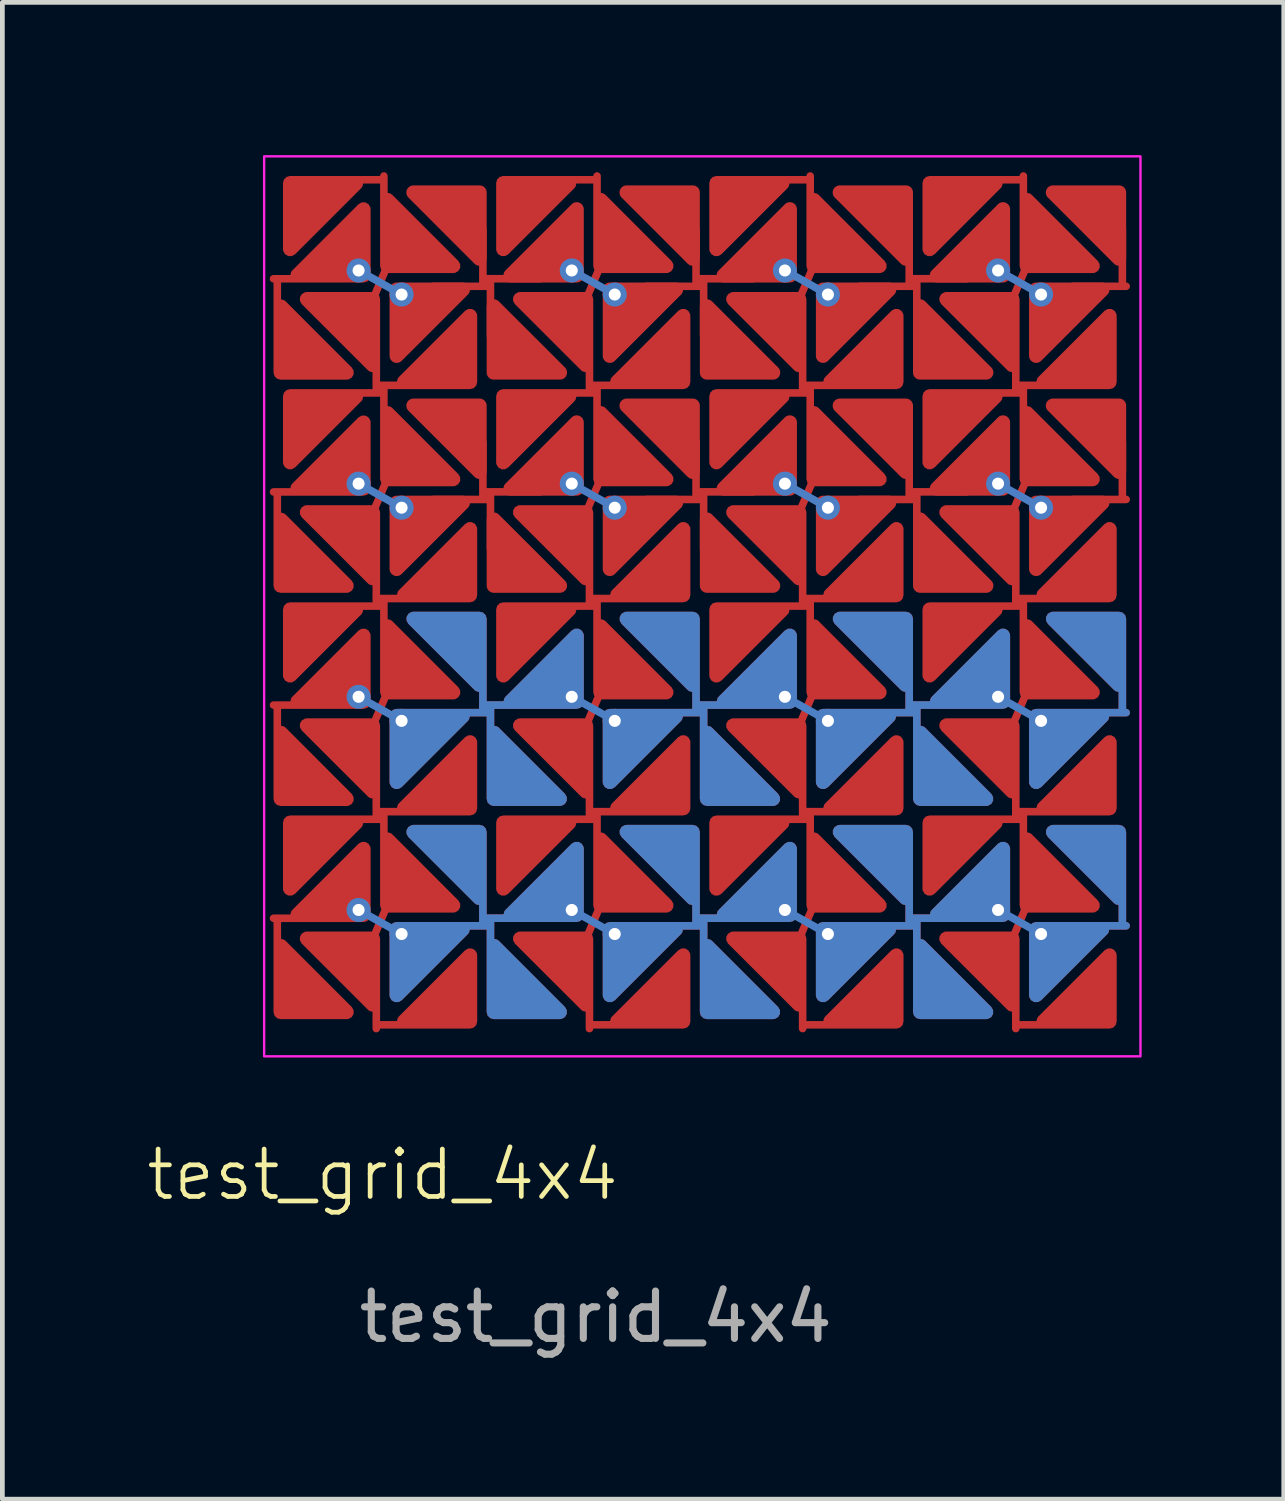
<source format=kicad_pcb>
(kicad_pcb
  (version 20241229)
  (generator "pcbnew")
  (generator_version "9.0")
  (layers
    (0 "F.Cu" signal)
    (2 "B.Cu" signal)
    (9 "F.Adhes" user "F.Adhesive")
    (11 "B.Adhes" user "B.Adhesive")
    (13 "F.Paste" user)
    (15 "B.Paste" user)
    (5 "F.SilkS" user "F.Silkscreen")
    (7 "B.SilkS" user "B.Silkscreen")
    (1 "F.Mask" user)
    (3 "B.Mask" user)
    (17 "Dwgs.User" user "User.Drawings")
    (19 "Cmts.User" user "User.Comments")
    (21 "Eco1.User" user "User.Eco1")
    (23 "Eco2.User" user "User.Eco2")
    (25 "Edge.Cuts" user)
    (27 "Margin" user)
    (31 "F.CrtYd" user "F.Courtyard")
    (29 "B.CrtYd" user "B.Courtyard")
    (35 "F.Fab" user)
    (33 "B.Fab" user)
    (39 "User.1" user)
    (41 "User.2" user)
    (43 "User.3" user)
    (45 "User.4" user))
  (footprint "test_grid_4x4"
    (layer "F.Cu")
    (at 2.526 0.25)
    (property "Reference" "test_grid_4x4" (at 2.5 21.5 0) (unlocked yes) (layer "F.SilkS") (effects (font (size 1 1) (thickness 0.1))))
    (attr exclude_from_bom)
    (fp_line (start 4.618 2.664) (end 4.618 1.539) (stroke (width 0.1) (type solid)) (layer "F.Cu"))
    (fp_line (start 4.618 2.664) (end 4.618 1.539) (stroke (width 0.16) (type solid)) (layer "F.Cu"))
    (fp_line (start 4.618 7.164) (end 4.618 6.039) (stroke (width 0.1) (type solid)) (layer "F.Cu"))
    (fp_line (start 4.618 7.164) (end 4.618 6.039) (stroke (width 0.16) (type solid)) (layer "F.Cu"))
    (fp_line (start 4.698 2.584) (end 5.823 2.584) (stroke (width 0.1) (type solid)) (layer "F.Cu"))
    (fp_line (start 4.698 2.584) (end 5.823 2.584) (stroke (width 0.16) (type solid)) (layer "F.Cu"))
    (fp_line (start 4.698 2.744) (end 3.573 2.744) (stroke (width 0.1) (type solid)) (layer "F.Cu"))
    (fp_line (start 4.698 2.744) (end 3.573 2.744) (stroke (width 0.16) (type solid)) (layer "F.Cu"))
    (fp_line (start 4.698 7.084) (end 5.823 7.084) (stroke (width 0.1) (type solid)) (layer "F.Cu"))
    (fp_line (start 4.698 7.084) (end 5.823 7.084) (stroke (width 0.16) (type solid)) (layer "F.Cu"))
    (fp_line (start 4.698 7.244) (end 3.573 7.244) (stroke (width 0.1) (type solid)) (layer "F.Cu"))
    (fp_line (start 4.698 7.244) (end 3.573 7.244) (stroke (width 0.16) (type solid)) (layer "F.Cu"))
    (fp_line (start 4.778 2.664) (end 4.778 3.789) (stroke (width 0.1) (type solid)) (layer "F.Cu"))
    (fp_line (start 4.778 2.664) (end 4.778 3.789) (stroke (width 0.16) (type solid)) (layer "F.Cu"))
    (fp_line (start 4.778 7.164) (end 4.778 8.289) (stroke (width 0.1) (type solid)) (layer "F.Cu"))
    (fp_line (start 4.778 7.164) (end 4.778 8.289) (stroke (width 0.16) (type solid)) (layer "F.Cu"))
    (fp_line (start 9.118 2.664) (end 9.118 1.539) (stroke (width 0.1) (type solid)) (layer "F.Cu"))
    (fp_line (start 9.118 2.664) (end 9.118 1.539) (stroke (width 0.16) (type solid)) (layer "F.Cu"))
    (fp_line (start 9.118 7.164) (end 9.118 6.039) (stroke (width 0.1) (type solid)) (layer "F.Cu"))
    (fp_line (start 9.118 7.164) (end 9.118 6.039) (stroke (width 0.16) (type solid)) (layer "F.Cu"))
    (fp_line (start 9.198 2.584) (end 10.323 2.584) (stroke (width 0.1) (type solid)) (layer "F.Cu"))
    (fp_line (start 9.198 2.584) (end 10.323 2.584) (stroke (width 0.16) (type solid)) (layer "F.Cu"))
    (fp_line (start 9.198 2.744) (end 8.073 2.744) (stroke (width 0.1) (type solid)) (layer "F.Cu"))
    (fp_line (start 9.198 2.744) (end 8.073 2.744) (stroke (width 0.16) (type solid)) (layer "F.Cu"))
    (fp_line (start 9.198 7.084) (end 10.323 7.084) (stroke (width 0.1) (type solid)) (layer "F.Cu"))
    (fp_line (start 9.198 7.084) (end 10.323 7.084) (stroke (width 0.16) (type solid)) (layer "F.Cu"))
    (fp_line (start 9.198 7.244) (end 8.073 7.244) (stroke (width 0.1) (type solid)) (layer "F.Cu"))
    (fp_line (start 9.198 7.244) (end 8.073 7.244) (stroke (width 0.16) (type solid)) (layer "F.Cu"))
    (fp_line (start 9.278 2.664) (end 9.278 3.789) (stroke (width 0.1) (type solid)) (layer "F.Cu"))
    (fp_line (start 9.278 2.664) (end 9.278 3.789) (stroke (width 0.16) (type solid)) (layer "F.Cu"))
    (fp_line (start 9.278 7.164) (end 9.278 8.289) (stroke (width 0.1) (type solid)) (layer "F.Cu"))
    (fp_line (start 9.278 7.164) (end 9.278 8.289) (stroke (width 0.16) (type solid)) (layer "F.Cu"))
    (fp_line (start 13.618 2.664) (end 13.618 1.539) (stroke (width 0.1) (type solid)) (layer "F.Cu"))
    (fp_line (start 13.618 2.664) (end 13.618 1.539) (stroke (width 0.16) (type solid)) (layer "F.Cu"))
    (fp_line (start 13.618 7.164) (end 13.618 6.039) (stroke (width 0.1) (type solid)) (layer "F.Cu"))
    (fp_line (start 13.618 7.164) (end 13.618 6.039) (stroke (width 0.16) (type solid)) (layer "F.Cu"))
    (fp_line (start 13.698 2.584) (end 14.823 2.584) (stroke (width 0.1) (type solid)) (layer "F.Cu"))
    (fp_line (start 13.698 2.584) (end 14.823 2.584) (stroke (width 0.16) (type solid)) (layer "F.Cu"))
    (fp_line (start 13.698 2.744) (end 12.573 2.744) (stroke (width 0.1) (type solid)) (layer "F.Cu"))
    (fp_line (start 13.698 2.744) (end 12.573 2.744) (stroke (width 0.16) (type solid)) (layer "F.Cu"))
    (fp_line (start 13.698 7.084) (end 14.823 7.084) (stroke (width 0.1) (type solid)) (layer "F.Cu"))
    (fp_line (start 13.698 7.084) (end 14.823 7.084) (stroke (width 0.16) (type solid)) (layer "F.Cu"))
    (fp_line (start 13.698 7.244) (end 12.573 7.244) (stroke (width 0.1) (type solid)) (layer "F.Cu"))
    (fp_line (start 13.698 7.244) (end 12.573 7.244) (stroke (width 0.16) (type solid)) (layer "F.Cu"))
    (fp_line (start 13.778 2.664) (end 13.778 3.789) (stroke (width 0.1) (type solid)) (layer "F.Cu"))
    (fp_line (start 13.778 2.664) (end 13.778 3.789) (stroke (width 0.16) (type solid)) (layer "F.Cu"))
    (fp_line (start 13.778 7.164) (end 13.778 8.289) (stroke (width 0.1) (type solid)) (layer "F.Cu"))
    (fp_line (start 13.778 7.164) (end 13.778 8.289) (stroke (width 0.16) (type solid)) (layer "F.Cu"))
    (fp_line (start 18.118 2.664) (end 18.118 1.539) (stroke (width 0.1) (type solid)) (layer "F.Cu"))
    (fp_line (start 18.118 2.664) (end 18.118 1.539) (stroke (width 0.16) (type solid)) (layer "F.Cu"))
    (fp_line (start 18.118 7.164) (end 18.118 6.039) (stroke (width 0.1) (type solid)) (layer "F.Cu"))
    (fp_line (start 18.118 7.164) (end 18.118 6.039) (stroke (width 0.16) (type solid)) (layer "F.Cu"))
    (fp_line (start 18.198 2.744) (end 17.073 2.744) (stroke (width 0.1) (type solid)) (layer "F.Cu"))
    (fp_line (start 18.198 2.744) (end 17.073 2.744) (stroke (width 0.16) (type solid)) (layer "F.Cu"))
    (fp_line (start 18.198 7.244) (end 17.073 7.244) (stroke (width 0.1) (type solid)) (layer "F.Cu"))
    (fp_line (start 18.198 7.244) (end 17.073 7.244) (stroke (width 0.16) (type solid)) (layer "F.Cu"))
    (fp_poly (pts (xy 4.195 2.814) (xy 2.798 4.211) (xy 2.798 2.814)) (stroke (width 0.3) (type solid)) (fill yes) (layer "F.Cu"))
    (fp_poly (pts (xy 4.195 7.314) (xy 2.798 8.711) (xy 2.798 7.314)) (stroke (width 0.3) (type solid)) (fill yes) (layer "F.Cu"))
    (fp_poly (pts (xy 4.548 2.161) (xy 3.152 0.764) (xy 4.548 0.764)) (stroke (width 0.3) (type solid)) (fill yes) (layer "F.Cu"))
    (fp_poly (pts (xy 4.548 6.661) (xy 3.152 5.264) (xy 4.548 5.264)) (stroke (width 0.3) (type solid)) (fill yes) (layer "F.Cu"))
    (fp_poly (pts (xy 6.245 4.564) (xy 4.848 4.564) (xy 4.848 3.168)) (stroke (width 0.3) (type solid)) (fill yes) (layer "F.Cu"))
    (fp_poly (pts (xy 6.245 9.064) (xy 4.848 9.064) (xy 4.848 7.668)) (stroke (width 0.3) (type solid)) (fill yes) (layer "F.Cu"))
    (fp_poly (pts (xy 6.598 2.514) (xy 5.202 2.514) (xy 6.598 1.118)) (stroke (width 0.3) (type solid)) (fill yes) (layer "F.Cu"))
    (fp_poly (pts (xy 6.598 7.014) (xy 5.202 7.014) (xy 6.598 5.618)) (stroke (width 0.3) (type solid)) (fill yes) (layer "F.Cu"))
    (fp_poly (pts (xy 7.298 4.211) (xy 7.298 2.814) (xy 8.695 2.814)) (stroke (width 0.3) (type solid)) (fill yes) (layer "F.Cu"))
    (fp_poly (pts (xy 7.298 8.711) (xy 7.298 7.314) (xy 8.695 7.314)) (stroke (width 0.3) (type solid)) (fill yes) (layer "F.Cu"))
    (fp_poly (pts (xy 9.048 2.161) (xy 7.652 0.764) (xy 9.048 0.764)) (stroke (width 0.3) (type solid)) (fill yes) (layer "F.Cu"))
    (fp_poly (pts (xy 9.048 6.661) (xy 7.652 5.264) (xy 9.048 5.264)) (stroke (width 0.3) (type solid)) (fill yes) (layer "F.Cu"))
    (fp_poly (pts (xy 10.745 4.564) (xy 9.348 4.564) (xy 9.348 3.168)) (stroke (width 0.3) (type solid)) (fill yes) (layer "F.Cu"))
    (fp_poly (pts (xy 10.745 9.064) (xy 9.348 9.064) (xy 9.348 7.668)) (stroke (width 0.3) (type solid)) (fill yes) (layer "F.Cu"))
    (fp_poly (pts (xy 11.098 2.514) (xy 9.702 2.514) (xy 11.098 1.118)) (stroke (width 0.3) (type solid)) (fill yes) (layer "F.Cu"))
    (fp_poly (pts (xy 11.098 7.014) (xy 9.702 7.014) (xy 11.098 5.618)) (stroke (width 0.3) (type solid)) (fill yes) (layer "F.Cu"))
    (fp_poly (pts (xy 11.798 4.211) (xy 11.798 2.814) (xy 13.195 2.814)) (stroke (width 0.3) (type solid)) (fill yes) (layer "F.Cu"))
    (fp_poly (pts (xy 11.798 8.711) (xy 11.798 7.314) (xy 13.195 7.314)) (stroke (width 0.3) (type solid)) (fill yes) (layer "F.Cu"))
    (fp_poly (pts (xy 13.548 2.161) (xy 12.152 0.764) (xy 13.548 0.764)) (stroke (width 0.3) (type solid)) (fill yes) (layer "F.Cu"))
    (fp_poly (pts (xy 13.548 6.661) (xy 12.152 5.264) (xy 13.548 5.264)) (stroke (width 0.3) (type solid)) (fill yes) (layer "F.Cu"))
    (fp_poly (pts (xy 15.245 4.564) (xy 13.848 4.564) (xy 13.848 3.168)) (stroke (width 0.3) (type solid)) (fill yes) (layer "F.Cu"))
    (fp_poly (pts (xy 15.245 9.064) (xy 13.848 9.064) (xy 13.848 7.668)) (stroke (width 0.3) (type solid)) (fill yes) (layer "F.Cu"))
    (fp_poly (pts (xy 15.598 2.514) (xy 14.202 2.514) (xy 15.598 1.118)) (stroke (width 0.3) (type solid)) (fill yes) (layer "F.Cu"))
    (fp_poly (pts (xy 15.598 7.014) (xy 14.202 7.014) (xy 15.598 5.618)) (stroke (width 0.3) (type solid)) (fill yes) (layer "F.Cu"))
    (fp_poly (pts (xy 16.298 4.211) (xy 16.298 2.814) (xy 17.695 2.814)) (stroke (width 0.3) (type solid)) (fill yes) (layer "F.Cu"))
    (fp_poly (pts (xy 16.298 8.711) (xy 16.298 7.314) (xy 17.695 7.314)) (stroke (width 0.3) (type solid)) (fill yes) (layer "F.Cu"))
    (fp_poly (pts (xy 18.048 2.161) (xy 16.652 0.764) (xy 18.048 0.764)) (stroke (width 0.3) (type solid)) (fill yes) (layer "F.Cu"))
    (fp_poly (pts (xy 18.048 6.661) (xy 16.652 5.264) (xy 18.048 5.264)) (stroke (width 0.3) (type solid)) (fill yes) (layer "F.Cu"))
    (fp_line (start 1.994 2.41) (end 2.902 2.918) (stroke (width 0.1) (type solid)) (layer "B.Cu"))
    (fp_line (start 1.994 2.41) (end 2.902 2.918) (stroke (width 0.16) (type solid)) (layer "B.Cu"))
    (fp_line (start 1.994 6.91) (end 2.902 7.418) (stroke (width 0.1) (type solid)) (layer "B.Cu"))
    (fp_line (start 1.994 6.91) (end 2.902 7.418) (stroke (width 0.16) (type solid)) (layer "B.Cu"))
    (fp_line (start 1.994 11.41) (end 2.902 11.918) (stroke (width 0.1) (type solid)) (layer "B.Cu"))
    (fp_line (start 1.994 11.41) (end 2.902 11.918) (stroke (width 0.16) (type solid)) (layer "B.Cu"))
    (fp_line (start 1.994 15.91) (end 2.902 16.418) (stroke (width 0.1) (type solid)) (layer "B.Cu"))
    (fp_line (start 1.994 15.91) (end 2.902 16.418) (stroke (width 0.16) (type solid)) (layer "B.Cu"))
    (fp_line (start 6.494 2.41) (end 7.402 2.918) (stroke (width 0.1) (type solid)) (layer "B.Cu"))
    (fp_line (start 6.494 2.41) (end 7.402 2.918) (stroke (width 0.16) (type solid)) (layer "B.Cu"))
    (fp_line (start 6.494 6.91) (end 7.402 7.418) (stroke (width 0.1) (type solid)) (layer "B.Cu"))
    (fp_line (start 6.494 6.91) (end 7.402 7.418) (stroke (width 0.16) (type solid)) (layer "B.Cu"))
    (fp_line (start 6.494 11.41) (end 7.402 11.918) (stroke (width 0.1) (type solid)) (layer "B.Cu"))
    (fp_line (start 6.494 11.41) (end 7.402 11.918) (stroke (width 0.16) (type solid)) (layer "B.Cu"))
    (fp_line (start 6.494 15.91) (end 7.402 16.418) (stroke (width 0.1) (type solid)) (layer "B.Cu"))
    (fp_line (start 6.494 15.91) (end 7.402 16.418) (stroke (width 0.16) (type solid)) (layer "B.Cu"))
    (fp_line (start 10.994 2.41) (end 11.902 2.918) (stroke (width 0.1) (type solid)) (layer "B.Cu"))
    (fp_line (start 10.994 2.41) (end 11.902 2.918) (stroke (width 0.16) (type solid)) (layer "B.Cu"))
    (fp_line (start 10.994 6.91) (end 11.902 7.418) (stroke (width 0.1) (type solid)) (layer "B.Cu"))
    (fp_line (start 10.994 6.91) (end 11.902 7.418) (stroke (width 0.16) (type solid)) (layer "B.Cu"))
    (fp_line (start 10.994 11.41) (end 11.902 11.918) (stroke (width 0.1) (type solid)) (layer "B.Cu"))
    (fp_line (start 10.994 11.41) (end 11.902 11.918) (stroke (width 0.16) (type solid)) (layer "B.Cu"))
    (fp_line (start 10.994 15.91) (end 11.902 16.418) (stroke (width 0.1) (type solid)) (layer "B.Cu"))
    (fp_line (start 10.994 15.91) (end 11.902 16.418) (stroke (width 0.16) (type solid)) (layer "B.Cu"))
    (fp_line (start 15.494 2.41) (end 16.402 2.918) (stroke (width 0.1) (type solid)) (layer "B.Cu"))
    (fp_line (start 15.494 2.41) (end 16.402 2.918) (stroke (width 0.16) (type solid)) (layer "B.Cu"))
    (fp_line (start 15.494 6.91) (end 16.402 7.418) (stroke (width 0.1) (type solid)) (layer "B.Cu"))
    (fp_line (start 15.494 6.91) (end 16.402 7.418) (stroke (width 0.16) (type solid)) (layer "B.Cu"))
    (fp_line (start 15.494 15.91) (end 16.402 16.418) (stroke (width 0.1) (type solid)) (layer "B.Cu"))
    (fp_line (start 15.494 15.91) (end 16.402 16.418) (stroke (width 0.16) (type solid)) (layer "B.Cu"))
    (fp_curve (pts (xy 15.494 11.41) (xy 15.797 11.58) (xy 16.099 11.749) (xy 16.402 11.918)) (stroke (width 0.1) (type solid)) (layer "B.Cu"))
    (fp_curve (pts (xy 15.494 11.41) (xy 15.797 11.58) (xy 16.099 11.749) (xy 16.402 11.918)) (stroke (width 0.16) (type solid)) (layer "B.Cu"))
    (fp_rect (start 0 0) (end 18.5 19) (stroke (width 0.05) (type default)) (fill no) (layer "F.CrtYd"))
    (fp_text user "${REFERENCE}" (at 7 24.5 0) (unlocked yes) (layer "F.Fab") (effects (font (size 1 1) (thickness 0.15))))
    (pad "1" smd custom (at 0.953 0.815) (size 0.508 0.508) (layers "F.Cu" "F.Mask" "F.Paste") (options (anchor circle)) (primitives (gr_poly (pts (xy -0.405 1.146) (xy -0.405 -0.25) (xy 0.991 -0.25)) (width 0.3) (fill yes)) (gr_line (start 1.495 -0.32) (end 0.37 -0.32) (width 0.1)) (gr_line (start 1.495 -0.32) (end 0.37 -0.32) (width 0.16)) (gr_line (start 1.575 -0.4) (end 1.575 0.725) (width 0.1)) (gr_line (start 1.575 -0.4) (end 1.575 0.725) (width 0.16)) (gr_poly (pts (xy 3.041 1.5) (xy 1.645 1.5) (xy 1.645 0.103)) (width 0.3) (fill yes)) (gr_line (start 1.645 1.5) (end 1.345 2.2) (width 0.1)) (gr_line (start 1.645 1.5) (end 1.345 2.2) (width 0.16)) (gr_poly (pts (xy 1.345 3.596) (xy -0.052 2.2) (xy 1.345 2.2)) (width 0.3) (fill yes)) (gr_line (start 1.415 4.1) (end 1.415 2.975) (width 0.1)) (gr_line (start 1.415 4.1) (end 1.415 2.975) (width 0.16)) (gr_line (start 1.495 4.02) (end 2.62 4.02) (width 0.1)) (gr_line (start 1.495 4.02) (end 2.62 4.02) (width 0.16)) (gr_line (start 1.495 4.18) (end 0.37 4.18) (width 0.1)) (gr_line (start 1.495 4.18) (end 0.37 4.18) (width 0.16)) (gr_line (start 1.575 4.1) (end 1.575 5.225) (width 0.1)) (gr_line (start 1.575 4.1) (end 1.575 5.225) (width 0.16)) (gr_poly (pts (xy 0.991 4.25) (xy -0.405 5.646) (xy -0.405 4.25)) (width 0.3) (fill yes)) (gr_poly (pts (xy 3.041 6) (xy 1.645 6) (xy 1.645 4.603)) (width 0.3) (fill yes)) (gr_line (start 1.645 6) (end 1.345 6.7) (width 0.1)) (gr_line (start 1.645 6) (end 1.345 6.7) (width 0.16)) (gr_poly (pts (xy 1.345 6.7) (xy 1.345 8.096) (xy -0.052 6.7)) (width 0.3) (fill yes)) (gr_line (start 1.415 8.6) (end 1.415 7.475) (width 0.1)) (gr_line (start 1.415 8.6) (end 1.415 7.475) (width 0.16)) (gr_line (start 1.495 8.52) (end 2.62 8.52) (width 0.1)) (gr_line (start 1.495 8.52) (end 2.62 8.52) (width 0.16)) (gr_line (start 1.495 8.68) (end 0.37 8.68) (width 0.1)) (gr_line (start 1.495 8.68) (end 0.37 8.68) (width 0.16)) (gr_line (start 1.575 8.6) (end 1.575 9.725) (width 0.1)) (gr_line (start 1.575 8.6) (end 1.575 9.725) (width 0.16)) (gr_poly (pts (xy -0.405 10.146) (xy -0.405 8.75) (xy 0.991 8.75)) (width 0.3) (fill yes)) (gr_poly (pts (xy 3.041 10.5) (xy 1.645 10.5) (xy 1.645 9.103)) (width 0.3) (fill yes)) (gr_line (start 1.645 10.5) (end 1.345 11.2) (width 0.1)) (gr_line (start 1.645 10.5) (end 1.345 11.2) (width 0.16)) (gr_poly (pts (xy 1.345 11.2) (xy 1.345 12.596) (xy -0.052 11.2)) (width 0.3) (fill yes)) (gr_line (start 1.415 13.1) (end 1.415 11.975) (width 0.1)) (gr_line (start 1.415 13.1) (end 1.415 11.975) (width 0.16)) (gr_line (start 1.495 13.02) (end 2.62 13.02) (width 0.1)) (gr_line (start 1.495 13.02) (end 2.62 13.02) (width 0.16)) (gr_line (start 1.495 13.18) (end 0.37 13.18) (width 0.1)) (gr_line (start 1.495 13.18) (end 0.37 13.18) (width 0.16)) (gr_line (start 1.575 13.1) (end 1.575 14.225) (width 0.1)) (gr_line (start 1.575 13.1) (end 1.575 14.225) (width 0.16)) (gr_poly (pts (xy -0.405 14.646) (xy -0.405 13.25) (xy 0.991 13.25)) (width 0.3) (fill yes)) (gr_poly (pts (xy 3.041 15) (xy 1.645 15) (xy 1.645 13.603)) (width 0.3) (fill yes)) (gr_line (start 1.645 15) (end 1.345 15.7) (width 0.1)) (gr_line (start 1.645 15) (end 1.345 15.7) (width 0.16)) (gr_poly (pts (xy 1.345 17.096) (xy -0.052 15.7) (xy 1.345 15.7)) (width 0.3) (fill yes)) (gr_line (start 1.415 17.6) (end 1.415 16.475) (width 0.1)) (gr_line (start 1.415 17.6) (end 1.415 16.475) (width 0.16)) (gr_line (start 1.495 17.52) (end 2.62 17.52) (width 0.1)) (gr_line (start 1.495 17.52) (end 2.62 17.52) (width 0.16)) (gr_poly (pts (xy 3.395 8.45) (xy 1.998 8.45) (xy 3.395 7.053)) (width 0.3) (fill yes)) (gr_poly (pts (xy 3.395 12.95) (xy 1.998 12.95) (xy 3.395 11.553)) (width 0.3) (fill yes)) (gr_poly (pts (xy 3.395 17.45) (xy 1.998 17.45) (xy 3.395 16.053)) (width 0.3) (fill yes)) (gr_poly (pts (xy 3.395 3.95) (xy 1.998 3.95) (xy 3.395 2.553)) (width 0.3) (fill yes))))
    (pad "2" smd custom (at 5.453 0.815) (size 0.508 0.508) (layers "F.Cu" "F.Mask" "F.Paste") (options (anchor circle)) (primitives (gr_poly (pts (xy -0.405 1.146) (xy -0.405 -0.25) (xy 0.991 -0.25)) (width 0.3) (fill yes)) (gr_line (start 1.495 -0.32) (end 0.37 -0.32) (width 0.1)) (gr_line (start 1.495 -0.32) (end 0.37 -0.32) (width 0.16)) (gr_line (start 1.575 -0.4) (end 1.575 0.725) (width 0.1)) (gr_line (start 1.575 -0.4) (end 1.575 0.725) (width 0.16)) (gr_poly (pts (xy 3.041 1.5) (xy 1.645 1.5) (xy 1.645 0.103)) (width 0.3) (fill yes)) (gr_line (start 1.645 1.5) (end 1.345 2.2) (width 0.1)) (gr_line (start 1.645 1.5) (end 1.345 2.2) (width 0.16)) (gr_poly (pts (xy 1.345 3.596) (xy -0.052 2.2) (xy 1.345 2.2)) (width 0.3) (fill yes)) (gr_line (start 1.415 4.1) (end 1.415 2.975) (width 0.1)) (gr_line (start 1.415 4.1) (end 1.415 2.975) (width 0.16)) (gr_line (start 1.495 4.02) (end 2.62 4.02) (width 0.1)) (gr_line (start 1.495 4.02) (end 2.62 4.02) (width 0.16)) (gr_line (start 1.495 4.18) (end 0.37 4.18) (width 0.1)) (gr_line (start 1.495 4.18) (end 0.37 4.18) (width 0.16)) (gr_line (start 1.575 4.1) (end 1.575 5.225) (width 0.1)) (gr_line (start 1.575 4.1) (end 1.575 5.225) (width 0.16)) (gr_poly (pts (xy 0.991 4.25) (xy -0.405 5.646) (xy -0.405 4.25)) (width 0.3) (fill yes)) (gr_poly (pts (xy 3.041 6) (xy 1.645 6) (xy 1.645 4.603)) (width 0.3) (fill yes)) (gr_line (start 1.645 6) (end 1.345 6.7) (width 0.1)) (gr_line (start 1.645 6) (end 1.345 6.7) (width 0.16)) (gr_poly (pts (xy 1.345 6.7) (xy 1.345 8.096) (xy -0.052 6.7)) (width 0.3) (fill yes)) (gr_line (start 1.415 8.6) (end 1.415 7.475) (width 0.1)) (gr_line (start 1.415 8.6) (end 1.415 7.475) (width 0.16)) (gr_line (start 1.495 8.52) (end 2.62 8.52) (width 0.1)) (gr_line (start 1.495 8.52) (end 2.62 8.52) (width 0.16)) (gr_line (start 1.495 8.68) (end 0.37 8.68) (width 0.1)) (gr_line (start 1.495 8.68) (end 0.37 8.68) (width 0.16)) (gr_line (start 1.575 8.6) (end 1.575 9.725) (width 0.1)) (gr_line (start 1.575 8.6) (end 1.575 9.725) (width 0.16)) (gr_poly (pts (xy -0.405 10.146) (xy -0.405 8.75) (xy 0.991 8.75)) (width 0.3) (fill yes)) (gr_poly (pts (xy 3.041 10.5) (xy 1.645 10.5) (xy 1.645 9.103)) (width 0.3) (fill yes)) (gr_line (start 1.645 10.5) (end 1.345 11.2) (width 0.1)) (gr_line (start 1.645 10.5) (end 1.345 11.2) (width 0.16)) (gr_poly (pts (xy 1.345 11.2) (xy 1.345 12.596) (xy -0.052 11.2)) (width 0.3) (fill yes)) (gr_line (start 1.415 13.1) (end 1.415 11.975) (width 0.1)) (gr_line (start 1.415 13.1) (end 1.415 11.975) (width 0.16)) (gr_line (start 1.495 13.02) (end 2.62 13.02) (width 0.1)) (gr_line (start 1.495 13.02) (end 2.62 13.02) (width 0.16)) (gr_line (start 1.495 13.18) (end 0.37 13.18) (width 0.1)) (gr_line (start 1.495 13.18) (end 0.37 13.18) (width 0.16)) (gr_line (start 1.575 13.1) (end 1.575 14.225) (width 0.1)) (gr_line (start 1.575 13.1) (end 1.575 14.225) (width 0.16)) (gr_poly (pts (xy -0.405 14.646) (xy -0.405 13.25) (xy 0.991 13.25)) (width 0.3) (fill yes)) (gr_poly (pts (xy 3.041 15) (xy 1.645 15) (xy 1.645 13.603)) (width 0.3) (fill yes)) (gr_line (start 1.645 15) (end 1.345 15.7) (width 0.1)) (gr_line (start 1.645 15) (end 1.345 15.7) (width 0.16)) (gr_poly (pts (xy 1.345 17.096) (xy -0.052 15.7) (xy 1.345 15.7)) (width 0.3) (fill yes)) (gr_line (start 1.415 17.6) (end 1.415 16.475) (width 0.1)) (gr_line (start 1.415 17.6) (end 1.415 16.475) (width 0.16)) (gr_line (start 1.495 17.52) (end 2.62 17.52) (width 0.1)) (gr_line (start 1.495 17.52) (end 2.62 17.52) (width 0.16)) (gr_poly (pts (xy 3.395 3.95) (xy 1.998 3.95) (xy 3.395 2.553)) (width 0.3) (fill yes)) (gr_poly (pts (xy 3.395 8.45) (xy 1.998 8.45) (xy 3.395 7.053)) (width 0.3) (fill yes)) (gr_poly (pts (xy 3.395 12.95) (xy 1.998 12.95) (xy 3.395 11.553)) (width 0.3) (fill yes)) (gr_poly (pts (xy 3.395 17.45) (xy 1.998 17.45) (xy 3.395 16.053)) (width 0.3) (fill yes))))
    (pad "3" smd custom (at 9.953 0.815) (size 0.508 0.508) (layers "F.Cu" "F.Mask" "F.Paste") (options (anchor circle)) (primitives (gr_poly (pts (xy -0.405 1.146) (xy -0.405 -0.25) (xy 0.991 -0.25)) (width 0.3) (fill yes)) (gr_line (start 1.495 -0.32) (end 0.37 -0.32) (width 0.1)) (gr_line (start 1.495 -0.32) (end 0.37 -0.32) (width 0.16)) (gr_line (start 1.575 -0.4) (end 1.575 0.725) (width 0.1)) (gr_line (start 1.575 -0.4) (end 1.575 0.725) (width 0.16)) (gr_poly (pts (xy 3.041 1.5) (xy 1.645 1.5) (xy 1.645 0.103)) (width 0.3) (fill yes)) (gr_line (start 1.645 1.5) (end 1.345 2.2) (width 0.1)) (gr_line (start 1.645 1.5) (end 1.345 2.2) (width 0.16)) (gr_poly (pts (xy 1.345 3.596) (xy -0.052 2.2) (xy 1.345 2.2)) (width 0.3) (fill yes)) (gr_line (start 1.415 4.1) (end 1.415 2.975) (width 0.1)) (gr_line (start 1.415 4.1) (end 1.415 2.975) (width 0.16)) (gr_line (start 1.495 4.02) (end 2.62 4.02) (width 0.1)) (gr_line (start 1.495 4.02) (end 2.62 4.02) (width 0.16)) (gr_line (start 1.495 4.18) (end 0.37 4.18) (width 0.1)) (gr_line (start 1.495 4.18) (end 0.37 4.18) (width 0.16)) (gr_line (start 1.575 4.1) (end 1.575 5.225) (width 0.1)) (gr_line (start 1.575 4.1) (end 1.575 5.225) (width 0.16)) (gr_poly (pts (xy 0.991 4.25) (xy -0.405 5.646) (xy -0.405 4.25)) (width 0.3) (fill yes)) (gr_poly (pts (xy 3.041 6) (xy 1.645 6) (xy 1.645 4.603)) (width 0.3) (fill yes)) (gr_line (start 1.645 6) (end 1.345 6.7) (width 0.1)) (gr_line (start 1.645 6) (end 1.345 6.7) (width 0.16)) (gr_poly (pts (xy 1.345 6.7) (xy 1.345 8.096) (xy -0.052 6.7)) (width 0.3) (fill yes)) (gr_line (start 1.415 8.6) (end 1.415 7.475) (width 0.1)) (gr_line (start 1.415 8.6) (end 1.415 7.475) (width 0.16)) (gr_line (start 1.495 8.52) (end 2.62 8.52) (width 0.1)) (gr_line (start 1.495 8.52) (end 2.62 8.52) (width 0.16)) (gr_line (start 1.495 8.68) (end 0.37 8.68) (width 0.1)) (gr_line (start 1.495 8.68) (end 0.37 8.68) (width 0.16)) (gr_line (start 1.575 8.6) (end 1.575 9.725) (width 0.1)) (gr_line (start 1.575 8.6) (end 1.575 9.725) (width 0.16)) (gr_poly (pts (xy -0.405 10.146) (xy -0.405 8.75) (xy 0.991 8.75)) (width 0.3) (fill yes)) (gr_poly (pts (xy 3.041 10.5) (xy 1.645 10.5) (xy 1.645 9.103)) (width 0.3) (fill yes)) (gr_line (start 1.645 10.5) (end 1.345 11.2) (width 0.1)) (gr_line (start 1.645 10.5) (end 1.345 11.2) (width 0.16)) (gr_poly (pts (xy 1.345 11.2) (xy 1.345 12.596) (xy -0.052 11.2)) (width 0.3) (fill yes)) (gr_line (start 1.415 13.1) (end 1.415 11.975) (width 0.1)) (gr_line (start 1.415 13.1) (end 1.415 11.975) (width 0.16)) (gr_line (start 1.495 13.02) (end 2.62 13.02) (width 0.1)) (gr_line (start 1.495 13.02) (end 2.62 13.02) (width 0.16)) (gr_line (start 1.495 13.18) (end 0.37 13.18) (width 0.1)) (gr_line (start 1.495 13.18) (end 0.37 13.18) (width 0.16)) (gr_line (start 1.575 13.1) (end 1.575 14.225) (width 0.1)) (gr_line (start 1.575 13.1) (end 1.575 14.225) (width 0.16)) (gr_poly (pts (xy -0.405 14.646) (xy -0.405 13.25) (xy 0.991 13.25)) (width 0.3) (fill yes)) (gr_poly (pts (xy 3.041 15) (xy 1.645 15) (xy 1.645 13.603)) (width 0.3) (fill yes)) (gr_line (start 1.645 15) (end 1.345 15.7) (width 0.1)) (gr_line (start 1.645 15) (end 1.345 15.7) (width 0.16)) (gr_poly (pts (xy 1.345 17.096) (xy -0.052 15.7) (xy 1.345 15.7)) (width 0.3) (fill yes)) (gr_line (start 1.415 17.6) (end 1.415 16.475) (width 0.1)) (gr_line (start 1.415 17.6) (end 1.415 16.475) (width 0.16)) (gr_line (start 1.495 17.52) (end 2.62 17.52) (width 0.1)) (gr_line (start 1.495 17.52) (end 2.62 17.52) (width 0.16)) (gr_poly (pts (xy 3.395 3.95) (xy 1.998 3.95) (xy 3.395 2.553)) (width 0.3) (fill yes)) (gr_poly (pts (xy 3.395 8.45) (xy 1.998 8.45) (xy 3.395 7.053)) (width 0.3) (fill yes)) (gr_poly (pts (xy 3.395 12.95) (xy 1.998 12.95) (xy 3.395 11.553)) (width 0.3) (fill yes)) (gr_poly (pts (xy 3.395 17.45) (xy 1.998 17.45) (xy 3.395 16.053)) (width 0.3) (fill yes))))
    (pad "4" smd custom (at 14.453 0.815) (size 0.508 0.508) (layers "F.Cu" "F.Mask" "F.Paste") (options (anchor circle)) (primitives (gr_poly (pts (xy -0.405 1.146) (xy -0.405 -0.25) (xy 0.991 -0.25)) (width 0.3) (fill yes)) (gr_line (start 1.495 -0.32) (end 0.37 -0.32) (width 0.1)) (gr_line (start 1.495 -0.32) (end 0.37 -0.32) (width 0.16)) (gr_line (start 1.575 -0.4) (end 1.575 0.725) (width 0.1)) (gr_line (start 1.575 -0.4) (end 1.575 0.725) (width 0.16)) (gr_poly (pts (xy 3.041 1.5) (xy 1.645 1.5) (xy 1.645 0.103)) (width 0.3) (fill yes)) (gr_line (start 1.645 1.5) (end 1.345 2.2) (width 0.1)) (gr_line (start 1.645 1.5) (end 1.345 2.2) (width 0.16)) (gr_poly (pts (xy 1.345 3.596) (xy -0.052 2.2) (xy 1.345 2.2)) (width 0.3) (fill yes)) (gr_line (start 1.415 4.1) (end 1.415 2.975) (width 0.1)) (gr_line (start 1.415 4.1) (end 1.415 2.975) (width 0.16)) (gr_line (start 1.495 4.02) (end 2.62 4.02) (width 0.1)) (gr_line (start 1.495 4.02) (end 2.62 4.02) (width 0.16)) (gr_line (start 1.495 4.18) (end 0.37 4.18) (width 0.1)) (gr_line (start 1.495 4.18) (end 0.37 4.18) (width 0.16)) (gr_line (start 1.575 4.1) (end 1.575 5.225) (width 0.1)) (gr_line (start 1.575 4.1) (end 1.575 5.225) (width 0.16)) (gr_poly (pts (xy 0.991 4.25) (xy -0.405 5.646) (xy -0.405 4.25)) (width 0.3) (fill yes)) (gr_poly (pts (xy 3.041 6) (xy 1.645 6) (xy 1.645 4.603)) (width 0.3) (fill yes)) (gr_line (start 1.645 6) (end 1.345 6.7) (width 0.1)) (gr_line (start 1.645 6) (end 1.345 6.7) (width 0.16)) (gr_poly (pts (xy 1.345 6.7) (xy 1.345 8.096) (xy -0.052 6.7)) (width 0.3) (fill yes)) (gr_line (start 1.415 8.6) (end 1.415 7.475) (width 0.1)) (gr_line (start 1.415 8.6) (end 1.415 7.475) (width 0.16)) (gr_line (start 1.495 8.52) (end 2.62 8.52) (width 0.1)) (gr_line (start 1.495 8.52) (end 2.62 8.52) (width 0.16)) (gr_line (start 1.495 8.68) (end 0.37 8.68) (width 0.1)) (gr_line (start 1.495 8.68) (end 0.37 8.68) (width 0.16)) (gr_line (start 1.575 8.6) (end 1.575 9.725) (width 0.1)) (gr_line (start 1.575 8.6) (end 1.575 9.725) (width 0.16)) (gr_poly (pts (xy -0.405 10.146) (xy -0.405 8.75) (xy 0.991 8.75)) (width 0.3) (fill yes)) (gr_poly (pts (xy 3.041 10.5) (xy 1.645 10.5) (xy 1.645 9.103)) (width 0.3) (fill yes)) (gr_line (start 1.645 10.5) (end 1.345 11.2) (width 0.1)) (gr_line (start 1.645 10.5) (end 1.345 11.2) (width 0.16)) (gr_poly (pts (xy 1.345 11.2) (xy 1.345 12.596) (xy -0.052 11.2)) (width 0.3) (fill yes)) (gr_line (start 1.415 13.1) (end 1.415 11.975) (width 0.1)) (gr_line (start 1.415 13.1) (end 1.415 11.975) (width 0.16)) (gr_line (start 1.495 13.02) (end 2.62 13.02) (width 0.1)) (gr_line (start 1.495 13.02) (end 2.62 13.02) (width 0.16)) (gr_line (start 1.495 13.18) (end 0.37 13.18) (width 0.1)) (gr_line (start 1.495 13.18) (end 0.37 13.18) (width 0.16)) (gr_line (start 1.575 13.1) (end 1.575 14.225) (width 0.1)) (gr_line (start 1.575 13.1) (end 1.575 14.225) (width 0.16)) (gr_poly (pts (xy -0.405 14.646) (xy -0.405 13.25) (xy 0.991 13.25)) (width 0.3) (fill yes)) (gr_poly (pts (xy 3.041 15) (xy 1.645 15) (xy 1.645 13.603)) (width 0.3) (fill yes)) (gr_poly (pts (xy 3.395 3.95) (xy 1.998 3.95) (xy 3.395 2.553)) (width 0.3) (fill yes)) (gr_poly (pts (xy 3.395 8.45) (xy 1.998 8.45) (xy 3.395 7.053)) (width 0.3) (fill yes)) (gr_poly (pts (xy 3.395 12.95) (xy 1.998 12.95) (xy 3.395 11.553)) (width 0.3) (fill yes)) (gr_curve (pts (xy 1.645 15) (xy 1.545 15.233) (xy 1.445 15.467) (xy 1.345 15.7)) (width 0.1)) (gr_poly (pts (xy 1.345 17.096) (xy -0.052 15.7) (xy 1.345 15.7)) (width 0.3) (fill yes)) (gr_line (start 1.415 17.6) (end 1.415 16.475) (width 0.1)) (gr_line (start 1.415 17.6) (end 1.415 16.475) (width 0.16)) (gr_line (start 1.495 17.52) (end 2.62 17.52) (width 0.1)) (gr_line (start 1.495 17.52) (end 2.62 17.52) (width 0.16)) (gr_poly (pts (xy 3.395 17.45) (xy 1.998 17.45) (xy 3.395 16.053)) (width 0.3) (fill yes)) (gr_curve (pts (xy 1.645 15) (xy 1.545 15.233) (xy 1.445 15.467) (xy 1.345 15.7)) (width 0.16))))
    (pad "5" smd custom (at 0.953 4.315) (size 0.508 0.508) (layers "F.Cu" "F.Mask" "F.Paste") (options (anchor circle)) (primitives (gr_poly (pts (xy 0.791 0.25) (xy -0.605 0.25) (xy -0.605 -1.147)) (width 0.3) (fill yes)) (gr_line (start -0.675 -1.65) (end -0.675 -0.525) (width 0.1)) (gr_line (start -0.755 -1.73) (end 0.37 -1.73) (width 0.1)) (gr_line (start -0.755 -1.73) (end 0.37 -1.73) (width 0.16)) (gr_line (start -0.675 -1.65) (end -0.675 -0.525) (width 0.16)) (gr_poly (pts (xy 1.145 -1.8) (xy -0.252 -1.8) (xy 1.145 -3.197)) (width 0.3) (fill yes))))
    (pad "5" thru_hole circle (at 1.994 2.41) (size 0.508 0.508) (drill 0.254) (layers "*.Cu" "*.Mask"))
    (pad "5" thru_hole circle (at 2.902 2.918) (size 0.508 0.508) (drill 0.254) (layers "*.Cu" "*.Mask"))
    (pad "5" thru_hole circle (at 6.494 2.41) (size 0.508 0.508) (drill 0.254) (layers "*.Cu" "*.Mask"))
    (pad "5" thru_hole circle (at 7.402 2.918) (size 0.508 0.508) (drill 0.254) (layers "*.Cu" "*.Mask"))
    (pad "5" thru_hole circle (at 10.994 2.41) (size 0.508 0.508) (drill 0.254) (layers "*.Cu" "*.Mask"))
    (pad "5" thru_hole circle (at 11.902 2.918) (size 0.508 0.508) (drill 0.254) (layers "*.Cu" "*.Mask"))
    (pad "5" thru_hole circle (at 15.494 2.41) (size 0.508 0.508) (drill 0.254) (layers "*.Cu" "*.Mask"))
    (pad "5" thru_hole circle (at 16.402 2.918) (size 0.508 0.508) (drill 0.254) (layers "*.Cu" "*.Mask"))
    (pad "6" smd custom (at 0.953 8.815) (size 0.508 0.508) (layers "F.Cu" "F.Mask" "F.Paste") (options (anchor circle)) (primitives (gr_poly (pts (xy 0.791 0.25) (xy -0.605 0.25) (xy -0.605 -1.147)) (width 0.3) (fill yes)) (gr_line (start -0.675 -1.65) (end -0.675 -0.525) (width 0.1)) (gr_line (start -0.755 -1.73) (end 0.37 -1.73) (width 0.1)) (gr_line (start -0.755 -1.73) (end 0.37 -1.73) (width 0.16)) (gr_line (start -0.675 -1.65) (end -0.675 -0.525) (width 0.16)) (gr_poly (pts (xy 1.145 -1.8) (xy -0.252 -1.8) (xy 1.145 -3.197)) (width 0.3) (fill yes))))
    (pad "6" thru_hole circle (at 1.994 6.91) (size 0.508 0.508) (drill 0.254) (layers "*.Cu" "*.Mask"))
    (pad "6" thru_hole circle (at 2.902 7.418) (size 0.508 0.508) (drill 0.254) (layers "*.Cu" "*.Mask"))
    (pad "6" thru_hole circle (at 6.494 6.91) (size 0.508 0.508) (drill 0.254) (layers "*.Cu" "*.Mask"))
    (pad "6" thru_hole circle (at 7.402 7.418) (size 0.508 0.508) (drill 0.254) (layers "*.Cu" "*.Mask"))
    (pad "6" thru_hole circle (at 10.994 6.91) (size 0.508 0.508) (drill 0.254) (layers "*.Cu" "*.Mask"))
    (pad "6" thru_hole circle (at 11.902 7.418) (size 0.508 0.508) (drill 0.254) (layers "*.Cu" "*.Mask"))
    (pad "6" thru_hole circle (at 15.494 6.91) (size 0.508 0.508) (drill 0.254) (layers "*.Cu" "*.Mask"))
    (pad "6" thru_hole circle (at 16.402 7.418) (size 0.508 0.508) (drill 0.254) (layers "*.Cu" "*.Mask"))
    (pad "7" smd custom (at 0.953 13.315) (size 0.508 0.508) (layers "F.Cu" "F.Mask" "F.Paste") (options (anchor circle)) (primitives (gr_poly (pts (xy 0.791 0.25) (xy -0.605 0.25) (xy -0.605 -1.147)) (width 0.3) (fill yes)) (gr_line (start -0.675 -1.65) (end -0.675 -0.525) (width 0.1)) (gr_line (start -0.755 -1.73) (end 0.37 -1.73) (width 0.1)) (gr_line (start -0.755 -1.73) (end 0.37 -1.73) (width 0.16)) (gr_line (start -0.675 -1.65) (end -0.675 -0.525) (width 0.16)) (gr_poly (pts (xy 1.145 -1.8) (xy -0.252 -1.8) (xy 1.145 -3.197)) (width 0.3) (fill yes))))
    (pad "7" thru_hole circle (at 1.994 11.41) (size 0.508 0.508) (drill 0.254) (layers "*.Cu" "*.Mask"))
    (pad "7" thru_hole circle (at 2.902 11.918) (size 0.508 0.508) (drill 0.254) (layers "*.Cu" "*.Mask"))
    (pad "7" thru_hole custom (at 6.494 11.41) (size 0.508 0.508) (drill 0.254) (layers "*.Cu" "*.Mask") (options (anchor circle)) (primitives (gr_poly (pts (xy 0.104 0.104) (xy -1.292 0.104) (xy 0.104 -1.292)) (width 0.3) (fill yes)) (gr_line (start -1.796 0.174) (end -0.671 0.174) (width 0.1)) (gr_line (start -1.876 0.254) (end -1.876 -0.871) (width 0.1)) (gr_line (start -1.876 0.254) (end -1.876 -0.871) (width 0.16)) (gr_line (start -1.796 0.174) (end -0.671 0.174) (width 0.16)) (gr_line (start -1.796 0.334) (end -2.921 0.334) (width 0.1)) (gr_line (start -1.796 0.334) (end -2.921 0.334) (width 0.16)) (gr_line (start -1.716 0.254) (end -1.716 1.379) (width 0.1)) (gr_line (start -1.716 0.254) (end -1.716 1.379) (width 0.16)) (gr_poly (pts (xy -3.696 1.8) (xy -3.696 0.404) (xy -2.3 0.404)) (width 0.3) (fill yes)) (gr_poly (pts (xy -1.946 -0.25) (xy -3.342 -1.646) (xy -1.946 -1.646)) (width 0.3) (fill yes)) (gr_poly (pts (xy -0.25 2.154) (xy -1.646 2.154) (xy -1.646 0.758)) (width 0.3) (fill yes))))
    (pad "7" thru_hole circle (at 7.402 11.918) (size 0.508 0.508) (drill 0.254) (layers "*.Cu" "*.Mask"))
    (pad "7" thru_hole custom (at 10.994 11.41) (size 0.508 0.508) (drill 0.254) (layers "*.Cu" "*.Mask") (options (anchor circle)) (primitives (gr_poly (pts (xy 0.104 0.104) (xy -1.292 0.104) (xy 0.104 -1.292)) (width 0.3) (fill yes)) (gr_line (start -1.796 0.174) (end -0.671 0.174) (width 0.1)) (gr_line (start -1.876 0.254) (end -1.876 -0.871) (width 0.1)) (gr_line (start -1.876 0.254) (end -1.876 -0.871) (width 0.16)) (gr_line (start -1.796 0.334) (end -2.921 0.334) (width 0.1)) (gr_line (start -1.796 0.334) (end -2.921 0.334) (width 0.16)) (gr_line (start -1.796 0.174) (end -0.671 0.174) (width 0.16)) (gr_line (start -1.716 0.254) (end -1.716 1.379) (width 0.1)) (gr_line (start -1.716 0.254) (end -1.716 1.379) (width 0.16)) (gr_poly (pts (xy -3.696 1.8) (xy -3.696 0.404) (xy -2.3 0.404)) (width 0.3) (fill yes)) (gr_poly (pts (xy -1.946 -0.25) (xy -3.342 -1.646) (xy -1.946 -1.646)) (width 0.3) (fill yes)) (gr_poly (pts (xy -0.25 2.154) (xy -1.646 2.154) (xy -1.646 0.758)) (width 0.3) (fill yes))))
    (pad "7" thru_hole circle (at 11.902 11.918) (size 0.508 0.508) (drill 0.254) (layers "*.Cu" "*.Mask"))
    (pad "7" thru_hole custom (at 15.494 11.41) (size 0.508 0.508) (drill 0.254) (layers "*.Cu" "*.Mask") (options (anchor circle)) (primitives (gr_poly (pts (xy 0.104 0.104) (xy -1.292 0.104) (xy 0.104 -1.292)) (width 0.3) (fill yes)) (gr_line (start -1.796 0.174) (end -0.671 0.174) (width 0.1)) (gr_line (start -1.876 0.254) (end -1.876 -0.871) (width 0.1)) (gr_line (start -1.876 0.254) (end -1.876 -0.871) (width 0.16)) (gr_line (start -1.796 0.334) (end -2.921 0.334) (width 0.1)) (gr_line (start -1.796 0.334) (end -2.921 0.334) (width 0.16)) (gr_line (start -1.796 0.174) (end -0.671 0.174) (width 0.16)) (gr_line (start -1.716 0.254) (end -1.716 1.379) (width 0.1)) (gr_line (start -1.716 0.254) (end -1.716 1.379) (width 0.16)) (gr_poly (pts (xy -3.696 1.8) (xy -3.696 0.404) (xy -2.3 0.404)) (width 0.3) (fill yes)) (gr_poly (pts (xy -1.946 -0.25) (xy -3.342 -1.646) (xy -1.946 -1.646)) (width 0.3) (fill yes)) (gr_poly (pts (xy -0.25 2.154) (xy -1.646 2.154) (xy -1.646 0.758)) (width 0.3) (fill yes))))
    (pad "7" thru_hole custom (at 16.402 11.918) (size 0.508 0.508) (drill 0.254) (layers "*.Cu" "*.Mask") (options (anchor circle)) (primitives (gr_poly (pts (xy -0.104 1.292) (xy -0.104 -0.104) (xy 1.292 -0.104)) (width 0.3) (fill yes)) (gr_line (start 1.796 -0.174) (end 0.671 -0.174) (width 0.1)) (gr_line (start 1.716 -0.254) (end 1.716 -1.379) (width 0.1)) (gr_line (start 1.716 -0.254) (end 1.716 -1.379) (width 0.16)) (gr_line (start 1.796 -0.174) (end 0.671 -0.174) (width 0.16)) (gr_poly (pts (xy 1.646 -0.758) (xy 0.25 -2.154) (xy 1.646 -2.154)) (width 0.3) (fill yes))))
    (pad "8" smd custom (at 0.953 17.815) (size 0.508 0.508) (layers "F.Cu" "F.Mask" "F.Paste") (options (anchor circle)) (primitives (gr_poly (pts (xy 0.791 0.25) (xy -0.605 0.25) (xy -0.605 -1.147)) (width 0.3) (fill yes)) (gr_line (start -0.675 -1.65) (end -0.675 -0.525) (width 0.1)) (gr_line (start -0.755 -1.73) (end 0.37 -1.73) (width 0.1)) (gr_line (start -0.755 -1.73) (end 0.37 -1.73) (width 0.16)) (gr_line (start -0.675 -1.65) (end -0.675 -0.525) (width 0.16)) (gr_poly (pts (xy 1.145 -1.8) (xy -0.252 -1.8) (xy 1.145 -3.197)) (width 0.3) (fill yes))))
    (pad "8" thru_hole circle (at 1.994 15.91) (size 0.508 0.508) (drill 0.254) (layers "*.Cu" "*.Mask"))
    (pad "8" thru_hole circle (at 2.902 16.418) (size 0.508 0.508) (drill 0.254) (layers "*.Cu" "*.Mask"))
    (pad "8" thru_hole custom (at 6.494 15.91) (size 0.508 0.508) (drill 0.254) (layers "*.Cu" "*.Mask") (options (anchor circle)) (primitives (gr_poly (pts (xy 0.104 0.104) (xy -1.292 0.104) (xy 0.104 -1.292)) (width 0.3) (fill yes)) (gr_line (start -1.796 0.174) (end -0.671 0.174) (width 0.1)) (gr_line (start -1.876 0.254) (end -1.876 -0.871) (width 0.1)) (gr_line (start -1.876 0.254) (end -1.876 -0.871) (width 0.16)) (gr_line (start -1.796 0.174) (end -0.671 0.174) (width 0.16)) (gr_line (start -1.796 0.334) (end -2.921 0.334) (width 0.1)) (gr_line (start -1.796 0.334) (end -2.921 0.334) (width 0.16)) (gr_line (start -1.716 0.254) (end -1.716 1.379) (width 0.1)) (gr_line (start -1.716 0.254) (end -1.716 1.379) (width 0.16)) (gr_poly (pts (xy -3.696 1.8) (xy -3.696 0.404) (xy -2.3 0.404)) (width 0.3) (fill yes)) (gr_poly (pts (xy -1.946 -0.25) (xy -3.342 -1.646) (xy -1.946 -1.646)) (width 0.3) (fill yes)) (gr_poly (pts (xy -0.25 2.154) (xy -1.646 2.154) (xy -1.646 0.758)) (width 0.3) (fill yes))))
    (pad "8" thru_hole circle (at 7.402 16.418) (size 0.508 0.508) (drill 0.254) (layers "*.Cu" "*.Mask"))
    (pad "8" thru_hole custom (at 10.994 15.91) (size 0.508 0.508) (drill 0.254) (layers "*.Cu" "*.Mask") (options (anchor circle)) (primitives (gr_poly (pts (xy 0.104 0.104) (xy -1.292 0.104) (xy 0.104 -1.292)) (width 0.3) (fill yes)) (gr_line (start -1.796 0.174) (end -0.671 0.174) (width 0.1)) (gr_line (start -1.876 0.254) (end -1.876 -0.871) (width 0.1)) (gr_line (start -1.876 0.254) (end -1.876 -0.871) (width 0.16)) (gr_line (start -1.796 0.334) (end -2.921 0.334) (width 0.1)) (gr_line (start -1.796 0.334) (end -2.921 0.334) (width 0.16)) (gr_line (start -1.796 0.174) (end -0.671 0.174) (width 0.16)) (gr_line (start -1.716 0.254) (end -1.716 1.379) (width 0.1)) (gr_line (start -1.716 0.254) (end -1.716 1.379) (width 0.16)) (gr_poly (pts (xy -3.696 1.8) (xy -3.696 0.404) (xy -2.3 0.404)) (width 0.3) (fill yes)) (gr_poly (pts (xy -1.946 -0.25) (xy -3.342 -1.646) (xy -1.946 -1.646)) (width 0.3) (fill yes)) (gr_poly (pts (xy -0.25 2.154) (xy -1.646 2.154) (xy -1.646 0.758)) (width 0.3) (fill yes))))
    (pad "8" thru_hole custom (at 11.902 16.418) (size 0.508 0.508) (drill 0.254) (layers "*.Cu" "*.Mask") (options (anchor circle)) (primitives (gr_poly (pts (xy -0.104 1.292) (xy -0.104 -0.104) (xy 1.292 -0.104)) (width 0.3) (fill yes)) (gr_line (start 1.796 -0.174) (end 0.671 -0.174) (width 0.1)) (gr_line (start 1.716 -0.254) (end 1.716 -1.379) (width 0.1)) (gr_line (start 1.716 -0.254) (end 1.716 -1.379) (width 0.16)) (gr_line (start 1.796 -0.174) (end 0.671 -0.174) (width 0.16)) (gr_line (start 1.796 -0.334) (end 2.921 -0.334) (width 0.1)) (gr_line (start 1.796 -0.334) (end 2.921 -0.334) (width 0.16)) (gr_line (start 1.876 -0.254) (end 1.876 0.871) (width 0.1)) (gr_line (start 1.876 -0.254) (end 1.876 0.871) (width 0.16)) (gr_poly (pts (xy 1.646 -0.758) (xy 0.25 -2.154) (xy 1.646 -2.154)) (width 0.3) (fill yes)) (gr_poly (pts (xy 3.342 1.646) (xy 1.946 1.646) (xy 1.946 0.25)) (width 0.3) (fill yes)) (gr_poly (pts (xy 3.696 -0.404) (xy 2.3 -0.404) (xy 3.696 -1.8)) (width 0.3) (fill yes))))
    (pad "8" thru_hole circle (at 15.494 15.91) (size 0.508 0.508) (drill 0.254) (layers "*.Cu" "*.Mask"))
    (pad "8" thru_hole custom (at 16.402 16.418) (size 0.508 0.508) (drill 0.254) (layers "*.Cu" "*.Mask") (options (anchor circle)) (primitives (gr_poly (pts (xy -0.104 1.292) (xy -0.104 -0.104) (xy 1.292 -0.104)) (width 0.3) (fill yes)) (gr_line (start 1.796 -0.174) (end 0.671 -0.174) (width 0.1)) (gr_line (start 1.716 -0.254) (end 1.716 -1.379) (width 0.1)) (gr_line (start 1.716 -0.254) (end 1.716 -1.379) (width 0.16)) (gr_line (start 1.796 -0.174) (end 0.671 -0.174) (width 0.16)) (gr_poly (pts (xy 1.646 -0.758) (xy 0.25 -2.154) (xy 1.646 -2.154)) (width 0.3) (fill yes)))))
  (gr_rect
    (start -3 -3)
    (end 24.051 28.598)
    (stroke (width 0.1) (type default))
    (fill no)
    (layer "Edge.Cuts")))
</source>
